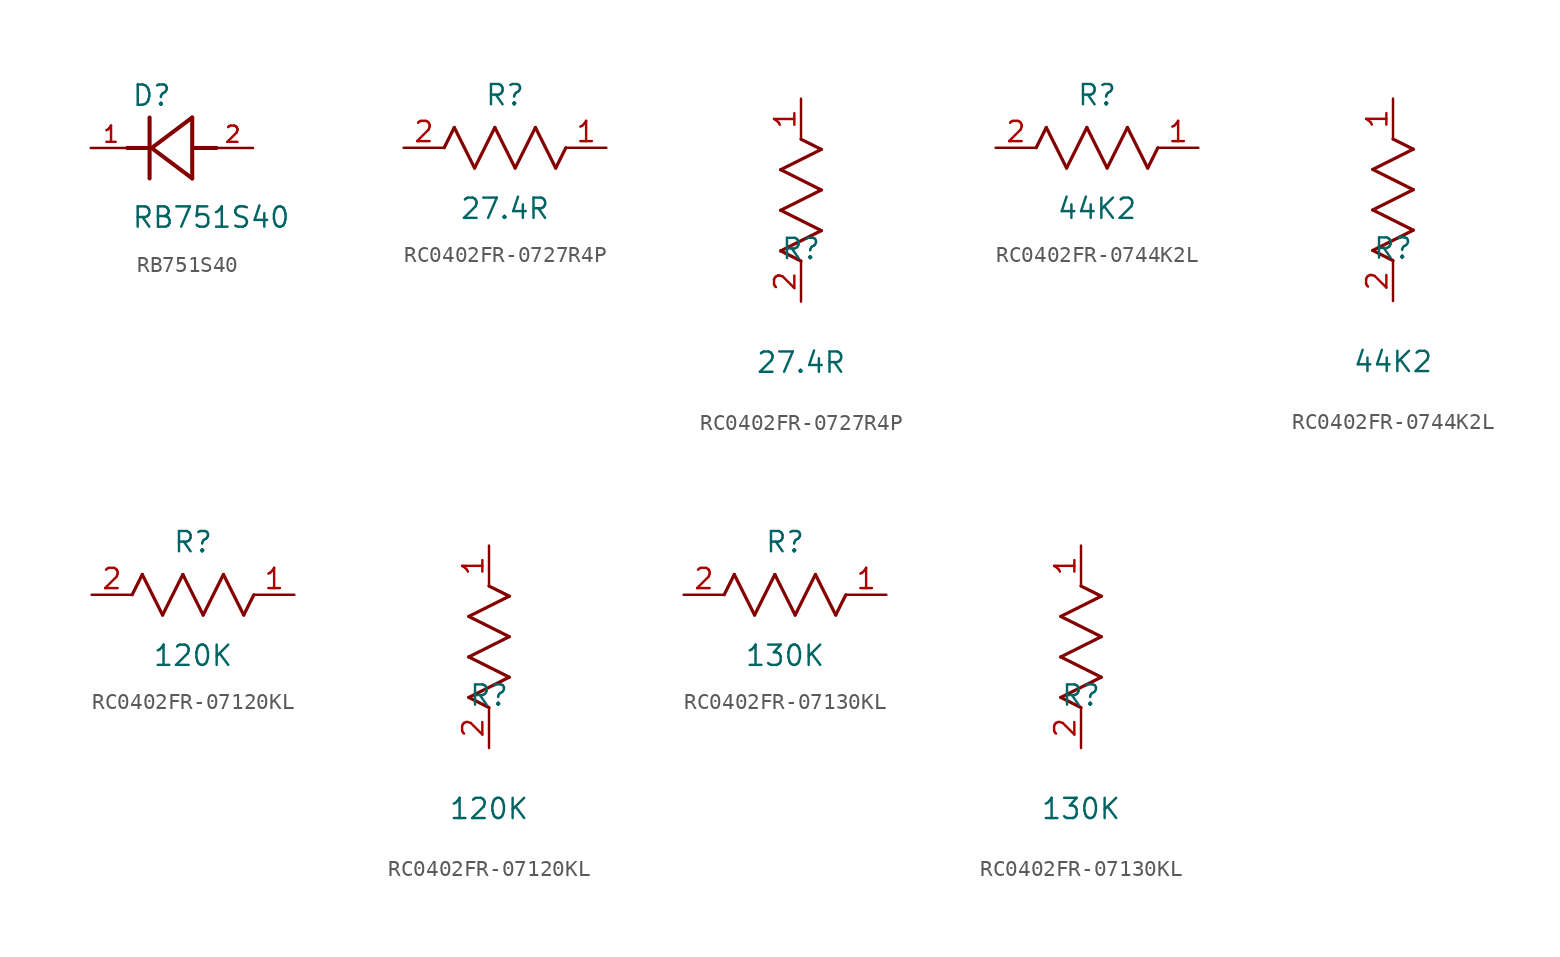
<source format=kicad_sym>
(kicad_symbol_lib
  (version 20241209)
  (generator "kicad_symbol_editor")
  (generator_version "9.0")
  (symbol "RB751S40"
    (pin_names
      (offset 1.016))
    (property "Reference" "D"
      (at -2.541 2.541 0)
      (effects (font (size 1.27 1.27)) (justify left bottom)))
    (property "Value" "RB751S40"
      (at -2.544 -5.088 0)
      (effects (font (size 1.27 1.27)) (justify left bottom)))
    (symbol "RB751S40_0_0"
      (polyline (pts (xy -1.397 0) (xy -2.794 0)) (stroke (width 0.254) (type default)) (fill (type none)))
      (polyline (pts (xy -1.397 0) (xy -1.397 1.905)) (stroke (width 0.254) (type default)) (fill (type none)))
      (polyline (pts (xy -1.397 -1.905) (xy -1.397 0)) (stroke (width 0.254) (type default)) (fill (type none)))
      (polyline (pts (xy -1.27 0) (xy 1.27 -1.905)) (stroke (width 0.254) (type default)) (fill (type none)))
      (polyline (pts (xy 1.27 1.905) (xy -1.27 0)) (stroke (width 0.254) (type default)) (fill (type none)))
      (polyline (pts (xy 1.27 -1.905) (xy 1.27 1.905)) (stroke (width 0.254) (type default)) (fill (type none)))
      (polyline (pts (xy 1.397 0) (xy 2.794 0)) (stroke (width 0.254) (type default)) (fill (type none)))
      (pin passive line (at -5.08 0 0) (length 2.54) (name "~" (effects (font (size 1.016 1.016)))) (number "1" (effects (font (size 1.016 1.016)))))
      (pin passive line (at 5.08 0 180) (length 2.54) (name "~" (effects (font (size 1.016 1.016)))) (number "2" (effects (font (size 1.016 1.016)))))))
  (symbol "RC0402FR-0727R4P"
    (pin_names
      (offset 0.254))
    (property "Reference" "R"
      (at 0 3.302 0)
      (effects (font (size 1.27 1.27))))
    (property "Value" "27.4R"
      (at 0 -3.81 0)
      (effects (font (size 1.27 1.27))))
    (symbol "RC0402FR-0727R4P_1_1"
      (polyline (pts (xy -3.81 0) (xy -3.175 1.27)) (stroke (width 0.203) (type default)) (fill (type none)))
      (polyline (pts (xy -3.175 1.27) (xy -1.905 -1.27)) (stroke (width 0.203) (type default)) (fill (type none)))
      (polyline (pts (xy -1.905 -1.27) (xy -0.635 1.27)) (stroke (width 0.203) (type default)) (fill (type none)))
      (polyline (pts (xy -0.635 1.27) (xy 0.635 -1.27)) (stroke (width 0.203) (type default)) (fill (type none)))
      (polyline (pts (xy 0.635 -1.27) (xy 1.905 1.27)) (stroke (width 0.203) (type default)) (fill (type none)))
      (polyline (pts (xy 1.905 1.27) (xy 3.175 -1.27)) (stroke (width 0.203) (type default)) (fill (type none)))
      (polyline (pts (xy 3.175 -1.27) (xy 3.81 0)) (stroke (width 0.203) (type default)) (fill (type none)))
      (pin passive line (at -6.35 0 0) (length 2.54) (name "" (effects (font (size 1.27 1.27)))) (number "2" (effects (font (size 1.27 1.27)))))
      (pin passive line (at 6.35 0 180) (length 2.54) (name "" (effects (font (size 1.27 1.27)))) (number "1" (effects (font (size 1.27 1.27))))))
    (symbol "RC0402FR-0727R4P_1_2"
      (polyline (pts (xy -1.27 8.255) (xy 1.27 9.525)) (stroke (width 0.203) (type default)) (fill (type none)))
      (polyline (pts (xy -1.27 5.715) (xy 1.27 6.985)) (stroke (width 0.203) (type default)) (fill (type none)))
      (polyline (pts (xy -1.27 3.175) (xy 1.27 4.445)) (stroke (width 0.203) (type default)) (fill (type none)))
      (polyline (pts (xy 0 2.54) (xy -1.27 3.175)) (stroke (width 0.203) (type default)) (fill (type none)))
      (polyline (pts (xy 1.27 9.525) (xy 0 10.16)) (stroke (width 0.203) (type default)) (fill (type none)))
      (polyline (pts (xy 1.27 6.985) (xy -1.27 8.255)) (stroke (width 0.203) (type default)) (fill (type none)))
      (polyline (pts (xy 1.27 4.445) (xy -1.27 5.715)) (stroke (width 0.203) (type default)) (fill (type none)))
      (pin unspecified line (at 0 12.7 270) (length 2.54) (name "" (effects (font (size 1.27 1.27)))) (number "1" (effects (font (size 1.27 1.27)))))
      (pin unspecified line (at 0 0 90) (length 2.54) (name "" (effects (font (size 1.27 1.27)))) (number "2" (effects (font (size 1.27 1.27)))))))
  (symbol "RC0402FR-0744K2L"
    (pin_names
      (offset 0.254))
    (property "Reference" "R"
      (at 0 3.302 0)
      (effects (font (size 1.27 1.27))))
    (property "Value" "44K2"
      (at 0 -3.81 0)
      (effects (font (size 1.27 1.27))))
    (symbol "RC0402FR-0744K2L_1_1"
      (polyline (pts (xy -3.81 0) (xy -3.175 1.27)) (stroke (width 0.203) (type default)) (fill (type none)))
      (polyline (pts (xy -3.175 1.27) (xy -1.905 -1.27)) (stroke (width 0.203) (type default)) (fill (type none)))
      (polyline (pts (xy -1.905 -1.27) (xy -0.635 1.27)) (stroke (width 0.203) (type default)) (fill (type none)))
      (polyline (pts (xy -0.635 1.27) (xy 0.635 -1.27)) (stroke (width 0.203) (type default)) (fill (type none)))
      (polyline (pts (xy 0.635 -1.27) (xy 1.905 1.27)) (stroke (width 0.203) (type default)) (fill (type none)))
      (polyline (pts (xy 1.905 1.27) (xy 3.175 -1.27)) (stroke (width 0.203) (type default)) (fill (type none)))
      (polyline (pts (xy 3.175 -1.27) (xy 3.81 0)) (stroke (width 0.203) (type default)) (fill (type none)))
      (pin passive line (at -6.35 0 0) (length 2.54) (name "" (effects (font (size 1.27 1.27)))) (number "2" (effects (font (size 1.27 1.27)))))
      (pin passive line (at 6.35 0 180) (length 2.54) (name "" (effects (font (size 1.27 1.27)))) (number "1" (effects (font (size 1.27 1.27))))))
    (symbol "RC0402FR-0744K2L_1_2"
      (polyline (pts (xy -1.27 8.255) (xy 1.27 9.525)) (stroke (width 0.203) (type default)) (fill (type none)))
      (polyline (pts (xy -1.27 5.715) (xy 1.27 6.985)) (stroke (width 0.203) (type default)) (fill (type none)))
      (polyline (pts (xy -1.27 3.175) (xy 1.27 4.445)) (stroke (width 0.203) (type default)) (fill (type none)))
      (polyline (pts (xy 0 2.54) (xy -1.27 3.175)) (stroke (width 0.203) (type default)) (fill (type none)))
      (polyline (pts (xy 1.27 9.525) (xy 0 10.16)) (stroke (width 0.203) (type default)) (fill (type none)))
      (polyline (pts (xy 1.27 6.985) (xy -1.27 8.255)) (stroke (width 0.203) (type default)) (fill (type none)))
      (polyline (pts (xy 1.27 4.445) (xy -1.27 5.715)) (stroke (width 0.203) (type default)) (fill (type none)))
      (pin unspecified line (at 0 12.7 270) (length 2.54) (name "" (effects (font (size 1.27 1.27)))) (number "1" (effects (font (size 1.27 1.27)))))
      (pin unspecified line (at 0 0 90) (length 2.54) (name "" (effects (font (size 1.27 1.27)))) (number "2" (effects (font (size 1.27 1.27)))))))
  (symbol "RC0402FR-07120KL"
    (pin_names
      (offset 0.254))
    (property "Reference" "R"
      (at 0 3.302 0)
      (effects (font (size 1.27 1.27))))
    (property "Value" "120K"
      (at 0 -3.81 0)
      (effects (font (size 1.27 1.27))))
    (symbol "RC0402FR-07120KL_1_1"
      (polyline (pts (xy -3.81 0) (xy -3.175 1.27)) (stroke (width 0.203) (type default)) (fill (type none)))
      (polyline (pts (xy -3.175 1.27) (xy -1.905 -1.27)) (stroke (width 0.203) (type default)) (fill (type none)))
      (polyline (pts (xy -1.905 -1.27) (xy -0.635 1.27)) (stroke (width 0.203) (type default)) (fill (type none)))
      (polyline (pts (xy -0.635 1.27) (xy 0.635 -1.27)) (stroke (width 0.203) (type default)) (fill (type none)))
      (polyline (pts (xy 0.635 -1.27) (xy 1.905 1.27)) (stroke (width 0.203) (type default)) (fill (type none)))
      (polyline (pts (xy 1.905 1.27) (xy 3.175 -1.27)) (stroke (width 0.203) (type default)) (fill (type none)))
      (polyline (pts (xy 3.175 -1.27) (xy 3.81 0)) (stroke (width 0.203) (type default)) (fill (type none)))
      (pin passive line (at -6.35 0 0) (length 2.54) (name "" (effects (font (size 1.27 1.27)))) (number "2" (effects (font (size 1.27 1.27)))))
      (pin passive line (at 6.35 0 180) (length 2.54) (name "" (effects (font (size 1.27 1.27)))) (number "1" (effects (font (size 1.27 1.27))))))
    (symbol "RC0402FR-07120KL_1_2"
      (polyline (pts (xy -1.27 8.255) (xy 1.27 9.525)) (stroke (width 0.203) (type default)) (fill (type none)))
      (polyline (pts (xy -1.27 5.715) (xy 1.27 6.985)) (stroke (width 0.203) (type default)) (fill (type none)))
      (polyline (pts (xy -1.27 3.175) (xy 1.27 4.445)) (stroke (width 0.203) (type default)) (fill (type none)))
      (polyline (pts (xy 0 2.54) (xy -1.27 3.175)) (stroke (width 0.203) (type default)) (fill (type none)))
      (polyline (pts (xy 1.27 9.525) (xy 0 10.16)) (stroke (width 0.203) (type default)) (fill (type none)))
      (polyline (pts (xy 1.27 6.985) (xy -1.27 8.255)) (stroke (width 0.203) (type default)) (fill (type none)))
      (polyline (pts (xy 1.27 4.445) (xy -1.27 5.715)) (stroke (width 0.203) (type default)) (fill (type none)))
      (pin unspecified line (at 0 12.7 270) (length 2.54) (name "" (effects (font (size 1.27 1.27)))) (number "1" (effects (font (size 1.27 1.27)))))
      (pin unspecified line (at 0 0 90) (length 2.54) (name "" (effects (font (size 1.27 1.27)))) (number "2" (effects (font (size 1.27 1.27)))))))
  (symbol "RC0402FR-07130KL"
    (pin_names
      (offset 0.254))
    (property "Reference" "R"
      (at 0 3.302 0)
      (effects (font (size 1.27 1.27))))
    (property "Value" "130K"
      (at 0 -3.81 0)
      (effects (font (size 1.27 1.27))))
    (symbol "RC0402FR-07130KL_1_1"
      (polyline (pts (xy -3.81 0) (xy -3.175 1.27)) (stroke (width 0.203) (type default)) (fill (type none)))
      (polyline (pts (xy -3.175 1.27) (xy -1.905 -1.27)) (stroke (width 0.203) (type default)) (fill (type none)))
      (polyline (pts (xy -1.905 -1.27) (xy -0.635 1.27)) (stroke (width 0.203) (type default)) (fill (type none)))
      (polyline (pts (xy -0.635 1.27) (xy 0.635 -1.27)) (stroke (width 0.203) (type default)) (fill (type none)))
      (polyline (pts (xy 0.635 -1.27) (xy 1.905 1.27)) (stroke (width 0.203) (type default)) (fill (type none)))
      (polyline (pts (xy 1.905 1.27) (xy 3.175 -1.27)) (stroke (width 0.203) (type default)) (fill (type none)))
      (polyline (pts (xy 3.175 -1.27) (xy 3.81 0)) (stroke (width 0.203) (type default)) (fill (type none)))
      (pin passive line (at -6.35 0 0) (length 2.54) (name "" (effects (font (size 1.27 1.27)))) (number "2" (effects (font (size 1.27 1.27)))))
      (pin passive line (at 6.35 0 180) (length 2.54) (name "" (effects (font (size 1.27 1.27)))) (number "1" (effects (font (size 1.27 1.27))))))
    (symbol "RC0402FR-07130KL_1_2"
      (polyline (pts (xy -1.27 8.255) (xy 1.27 9.525)) (stroke (width 0.203) (type default)) (fill (type none)))
      (polyline (pts (xy -1.27 5.715) (xy 1.27 6.985)) (stroke (width 0.203) (type default)) (fill (type none)))
      (polyline (pts (xy -1.27 3.175) (xy 1.27 4.445)) (stroke (width 0.203) (type default)) (fill (type none)))
      (polyline (pts (xy 0 2.54) (xy -1.27 3.175)) (stroke (width 0.203) (type default)) (fill (type none)))
      (polyline (pts (xy 1.27 9.525) (xy 0 10.16)) (stroke (width 0.203) (type default)) (fill (type none)))
      (polyline (pts (xy 1.27 6.985) (xy -1.27 8.255)) (stroke (width 0.203) (type default)) (fill (type none)))
      (polyline (pts (xy 1.27 4.445) (xy -1.27 5.715)) (stroke (width 0.203) (type default)) (fill (type none)))
      (pin unspecified line (at 0 12.7 270) (length 2.54) (name "" (effects (font (size 1.27 1.27)))) (number "1" (effects (font (size 1.27 1.27)))))
      (pin unspecified line (at 0 0 90) (length 2.54) (name "" (effects (font (size 1.27 1.27)))) (number "2" (effects (font (size 1.27 1.27))))))))
</source>
